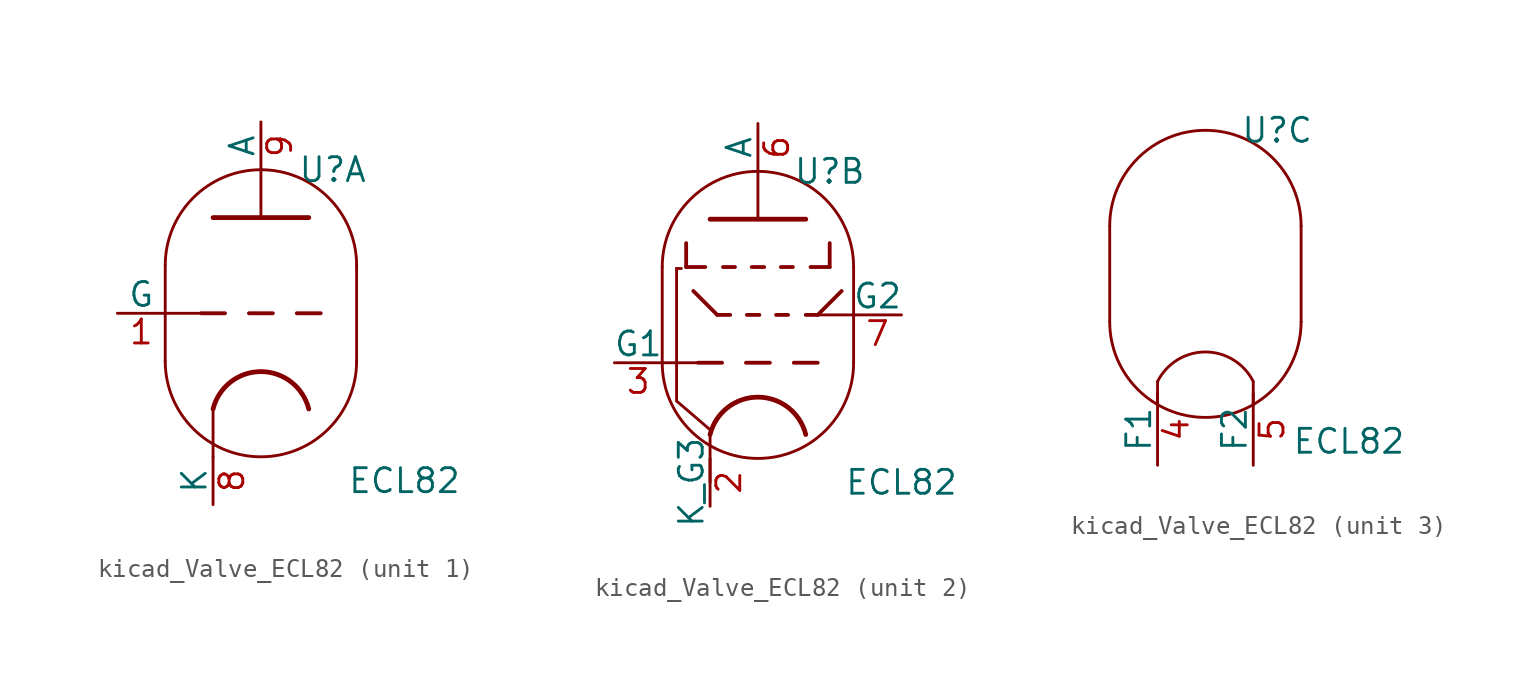
<source format=kicad_sym>
(kicad_symbol_lib
  (version 20220914)
  (generator kicad_symbol_editor)
  (symbol "kicad_Valve_ECL82"
    (pin_names
      (offset 0))
    (property "Reference" "U"
      (at 3.81 7.62 0)
      (effects (font (size 1.27 1.27))))
    (property "Value" "ECL82"
      (at 7.62 -8.89 0)
      (effects (font (size 1.27 1.27))))
    (property "ki_locked" ""
      (at 0 0 0)
      (effects (font (size 1.27 1.27))))
    (symbol "kicad_Valve_ECL82_0_1"
      (arc (start -5.08 -2.54) (mid 0 -7.5979) (end 5.08 -2.54) (stroke (width 0) (type default)) (fill (type none)))
      (polyline (pts (xy 5.08 2.54) (xy 5.08 -2.54)) (stroke (width 0) (type default)) (fill (type none)))
      (polyline (pts (xy -5.08 2.54) (xy -5.08 -2.54) (xy -5.08 -2.54) (xy -5.08 -2.54)) (stroke (width 0) (type default)) (fill (type none)))
      (arc (start 5.08 2.54) (mid 0 7.5979) (end -5.08 2.54) (stroke (width 0) (type default)) (fill (type none))))
    (symbol "kicad_Valve_ECL82_1_0"
      (polyline (pts (xy -2.54 -5.08) (xy -2.54 -7.62)) (stroke (width 0) (type default)) (fill (type none))))
    (symbol "kicad_Valve_ECL82_1_1"
      (polyline (pts (xy -5.08 0) (xy -3.175 0)) (stroke (width 0) (type default)) (fill (type none)))
      (polyline (pts (xy -1.905 0) (xy -3.175 0)) (stroke (width 0.203) (type default)) (fill (type none)))
      (polyline (pts (xy -0.635 0) (xy 0.635 0)) (stroke (width 0.203) (type default)) (fill (type none)))
      (polyline (pts (xy 0 5.08) (xy 0 7.62)) (stroke (width 0) (type default)) (fill (type none)))
      (polyline (pts (xy 1.905 0) (xy 3.175 0)) (stroke (width 0.203) (type default)) (fill (type none)))
      (polyline (pts (xy -2.54 5.08) (xy 2.54 5.08) (xy 2.54 5.08)) (stroke (width 0.254) (type default)) (fill (type none)))
      (arc (start 2.54 -5.08) (mid 0 -3.0968) (end -2.54 -5.08) (stroke (width 0.254) (type default)) (fill (type none)))
      (pin input line (at -7.62 0 0) (length 2.54) (name "G" (effects (font (size 1.27 1.27)))) (number "1" (effects (font (size 1.27 1.27)))))
      (pin bidirectional line (at -2.54 -10.16 90) (length 2.54) (name "K" (effects (font (size 1.27 1.27)))) (number "8" (effects (font (size 1.27 1.27)))))
      (pin output line (at 0 10.16 270) (length 2.54) (name "A" (effects (font (size 1.27 1.27)))) (number "9" (effects (font (size 1.27 1.27))))))
    (symbol "kicad_Valve_ECL82_2_0"
      (polyline (pts (xy -2.54 -6.35) (xy -2.54 -8.89)) (stroke (width 0) (type default)) (fill (type none)))
      (polyline (pts (xy 0 5.08) (xy 0 7.62)) (stroke (width 0) (type default)) (fill (type none)))
      (polyline (pts (xy 2.54 0) (xy 3.175 0)) (stroke (width 0.203) (type default)) (fill (type none)))
      (polyline (pts (xy 4.445 1.27) (xy 3.175 0)) (stroke (width 0.203) (type default)) (fill (type none))))
    (symbol "kicad_Valve_ECL82_2_1"
      (polyline (pts (xy -5.08 -2.54) (xy -3.175 -2.54)) (stroke (width 0) (type default)) (fill (type none)))
      (polyline (pts (xy -4.318 -4.572) (xy -4.318 2.464)) (stroke (width 0.152) (type default)) (fill (type none)))
      (polyline (pts (xy -4.318 -4.572) (xy -2.54 -6.096)) (stroke (width 0.152) (type default)) (fill (type none)))
      (polyline (pts (xy -4.064 2.464) (xy -4.318 2.464)) (stroke (width 0.152) (type default)) (fill (type none)))
      (polyline (pts (xy -3.81 2.54) (xy -2.794 2.54)) (stroke (width 0.203) (type default)) (fill (type none)))
      (polyline (pts (xy -3.81 3.81) (xy -3.81 2.54)) (stroke (width 0.203) (type default)) (fill (type none)))
      (polyline (pts (xy -3.429 1.27) (xy -2.159 0)) (stroke (width 0.203) (type default)) (fill (type none)))
      (polyline (pts (xy -2.159 0) (xy -1.473 0)) (stroke (width 0.203) (type default)) (fill (type none)))
      (polyline (pts (xy -1.905 -2.54) (xy -3.175 -2.54)) (stroke (width 0.203) (type default)) (fill (type none)))
      (polyline (pts (xy -1.854 2.54) (xy -1.219 2.54)) (stroke (width 0.203) (type default)) (fill (type none)))
      (polyline (pts (xy -0.635 -2.54) (xy 0.635 -2.54)) (stroke (width 0.203) (type default)) (fill (type none)))
      (polyline (pts (xy -0.584 0) (xy 0.076 0)) (stroke (width 0.203) (type default)) (fill (type none)))
      (polyline (pts (xy -0.33 2.54) (xy 0.33 2.54)) (stroke (width 0.203) (type default)) (fill (type none)))
      (polyline (pts (xy 0.965 0) (xy 1.6 0)) (stroke (width 0.203) (type default)) (fill (type none)))
      (polyline (pts (xy 1.219 2.54) (xy 1.854 2.54)) (stroke (width 0.203) (type default)) (fill (type none)))
      (polyline (pts (xy 1.905 -2.54) (xy 3.175 -2.54)) (stroke (width 0.203) (type default)) (fill (type none)))
      (polyline (pts (xy 3.175 0) (xy 5.08 0)) (stroke (width 0) (type default)) (fill (type none)))
      (polyline (pts (xy 3.81 2.54) (xy 2.794 2.54)) (stroke (width 0.203) (type default)) (fill (type none)))
      (polyline (pts (xy 3.81 3.81) (xy 3.81 2.54)) (stroke (width 0.203) (type default)) (fill (type none)))
      (polyline (pts (xy -2.54 5.08) (xy 2.54 5.08) (xy 2.54 5.08)) (stroke (width 0.254) (type default)) (fill (type none)))
      (arc (start 2.54 -6.35) (mid 0 -4.3668) (end -2.54 -6.35) (stroke (width 0.254) (type default)) (fill (type none)))
      (pin bidirectional line (at -2.54 -10.16 90) (length 2.54) (name "K_G3" (effects (font (size 1.27 1.27)))) (number "2" (effects (font (size 1.27 1.27)))))
      (pin input line (at -7.62 -2.54 0) (length 2.54) (name "G1" (effects (font (size 1.27 1.27)))) (number "3" (effects (font (size 1.27 1.27)))))
      (pin output line (at 0 10.16 270) (length 2.54) (name "A" (effects (font (size 1.27 1.27)))) (number "6" (effects (font (size 1.27 1.27)))))
      (pin input line (at 7.62 0 180) (length 2.54) (name "G2" (effects (font (size 1.27 1.27)))) (number "7" (effects (font (size 1.27 1.27))))))
    (symbol "kicad_Valve_ECL82_3_1"
      (polyline (pts (xy -2.54 -6.985) (xy -2.54 -5.715) (xy -2.54 -5.715)) (stroke (width 0) (type default)) (fill (type none)))
      (polyline (pts (xy 2.54 -6.985) (xy 2.54 -5.715) (xy 2.54 -5.715) (xy 2.54 -5.715)) (stroke (width 0) (type default)) (fill (type none)))
      (arc (start 2.54 -5.715) (mid 0 -4.1452) (end -2.54 -5.715) (stroke (width 0) (type default)) (fill (type none)))
      (pin power_in line (at -2.54 -10.16 90) (length 3.81) (name "F1" (effects (font (size 1.27 1.27)))) (number "4" (effects (font (size 1.27 1.27)))))
      (pin power_in line (at 2.54 -10.16 90) (length 3.81) (name "F2" (effects (font (size 1.27 1.27)))) (number "5" (effects (font (size 1.27 1.27))))))))
</source>
